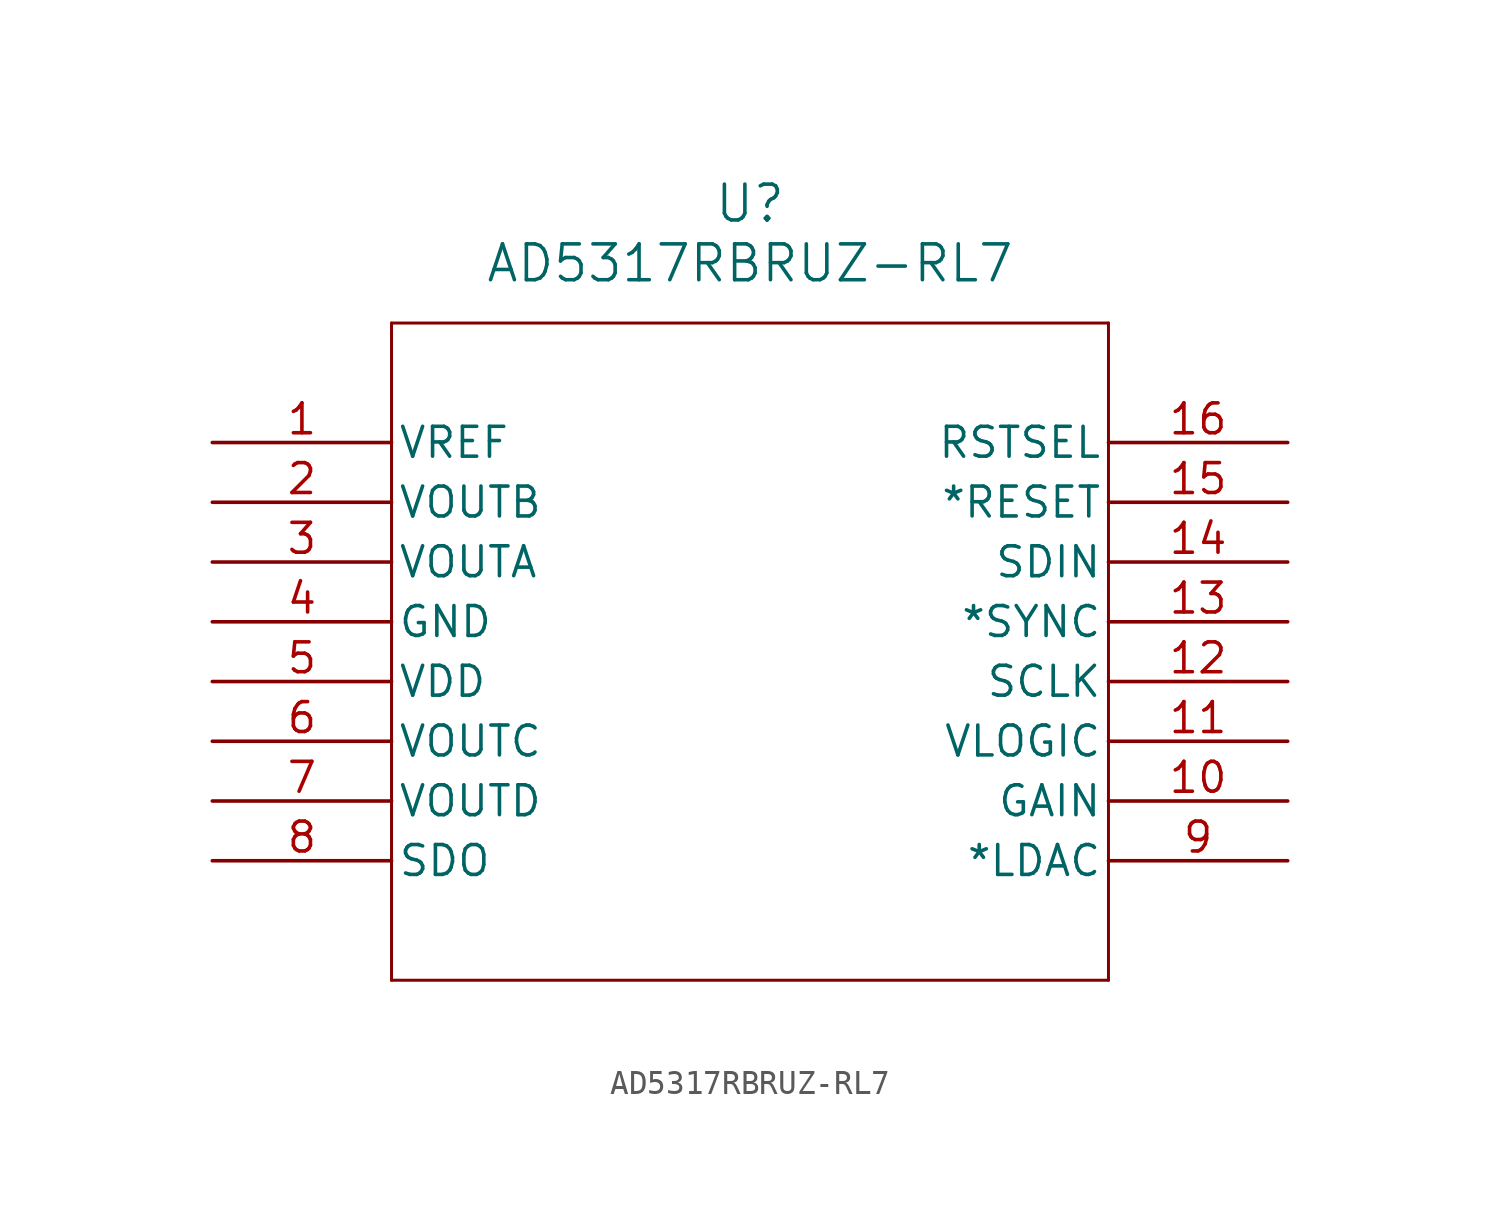
<source format=kicad_sym>
(kicad_symbol_lib
  (version 20220914)
  (generator kicad_symbol_editor)
  (symbol "AD5317RBRUZ-RL7"
    (pin_names
      (offset 0.254))
    (property "Reference" "U"
      (at 22.86 10.16 0)
      (effects (font (size 1.524 1.524))))
    (property "Value" "AD5317RBRUZ-RL7"
      (at 22.86 7.62 0)
      (effects (font (size 1.524 1.524))))
    (property "ki_locked" ""
      (at 0 0 0)
      (effects (font (size 1.27 1.27))))
    (symbol "AD5317RBRUZ-RL7_0_1"
      (polyline (pts (xy 7.62 -22.86) (xy 38.1 -22.86)) (stroke (width 0.127) (type default)) (fill (type none)))
      (polyline (pts (xy 7.62 5.08) (xy 7.62 -22.86)) (stroke (width 0.127) (type default)) (fill (type none)))
      (polyline (pts (xy 38.1 -22.86) (xy 38.1 5.08)) (stroke (width 0.127) (type default)) (fill (type none)))
      (polyline (pts (xy 38.1 5.08) (xy 7.62 5.08)) (stroke (width 0.127) (type default)) (fill (type none)))
      (pin power_in line (at 0 0 0) (length 7.62) (name "VREF" (effects (font (size 1.27 1.27)))) (number "1" (effects (font (size 1.27 1.27)))))
      (pin unspecified line (at 45.72 -15.24 180) (length 7.62) (name "GAIN" (effects (font (size 1.27 1.27)))) (number "10" (effects (font (size 1.27 1.27)))))
      (pin power_in line (at 45.72 -12.7 180) (length 7.62) (name "VLOGIC" (effects (font (size 1.27 1.27)))) (number "11" (effects (font (size 1.27 1.27)))))
      (pin input line (at 45.72 -10.16 180) (length 7.62) (name "SCLK" (effects (font (size 1.27 1.27)))) (number "12" (effects (font (size 1.27 1.27)))))
      (pin input line (at 45.72 -7.62 180) (length 7.62) (name "*SYNC" (effects (font (size 1.27 1.27)))) (number "13" (effects (font (size 1.27 1.27)))))
      (pin input line (at 45.72 -5.08 180) (length 7.62) (name "SDIN" (effects (font (size 1.27 1.27)))) (number "14" (effects (font (size 1.27 1.27)))))
      (pin input line (at 45.72 -2.54 180) (length 7.62) (name "*RESET" (effects (font (size 1.27 1.27)))) (number "15" (effects (font (size 1.27 1.27)))))
      (pin unspecified line (at 45.72 0 180) (length 7.62) (name "RSTSEL" (effects (font (size 1.27 1.27)))) (number "16" (effects (font (size 1.27 1.27)))))
      (pin output line (at 0 -2.54 0) (length 7.62) (name "VOUTB" (effects (font (size 1.27 1.27)))) (number "2" (effects (font (size 1.27 1.27)))))
      (pin output line (at 0 -5.08 0) (length 7.62) (name "VOUTA" (effects (font (size 1.27 1.27)))) (number "3" (effects (font (size 1.27 1.27)))))
      (pin power_out line (at 0 -7.62 0) (length 7.62) (name "GND" (effects (font (size 1.27 1.27)))) (number "4" (effects (font (size 1.27 1.27)))))
      (pin power_in line (at 0 -10.16 0) (length 7.62) (name "VDD" (effects (font (size 1.27 1.27)))) (number "5" (effects (font (size 1.27 1.27)))))
      (pin output line (at 0 -12.7 0) (length 7.62) (name "VOUTC" (effects (font (size 1.27 1.27)))) (number "6" (effects (font (size 1.27 1.27)))))
      (pin output line (at 0 -15.24 0) (length 7.62) (name "VOUTD" (effects (font (size 1.27 1.27)))) (number "7" (effects (font (size 1.27 1.27)))))
      (pin output line (at 0 -17.78 0) (length 7.62) (name "SDO" (effects (font (size 1.27 1.27)))) (number "8" (effects (font (size 1.27 1.27)))))
      (pin unspecified line (at 45.72 -17.78 180) (length 7.62) (name "*LDAC" (effects (font (size 1.27 1.27)))) (number "9" (effects (font (size 1.27 1.27))))))))
</source>
